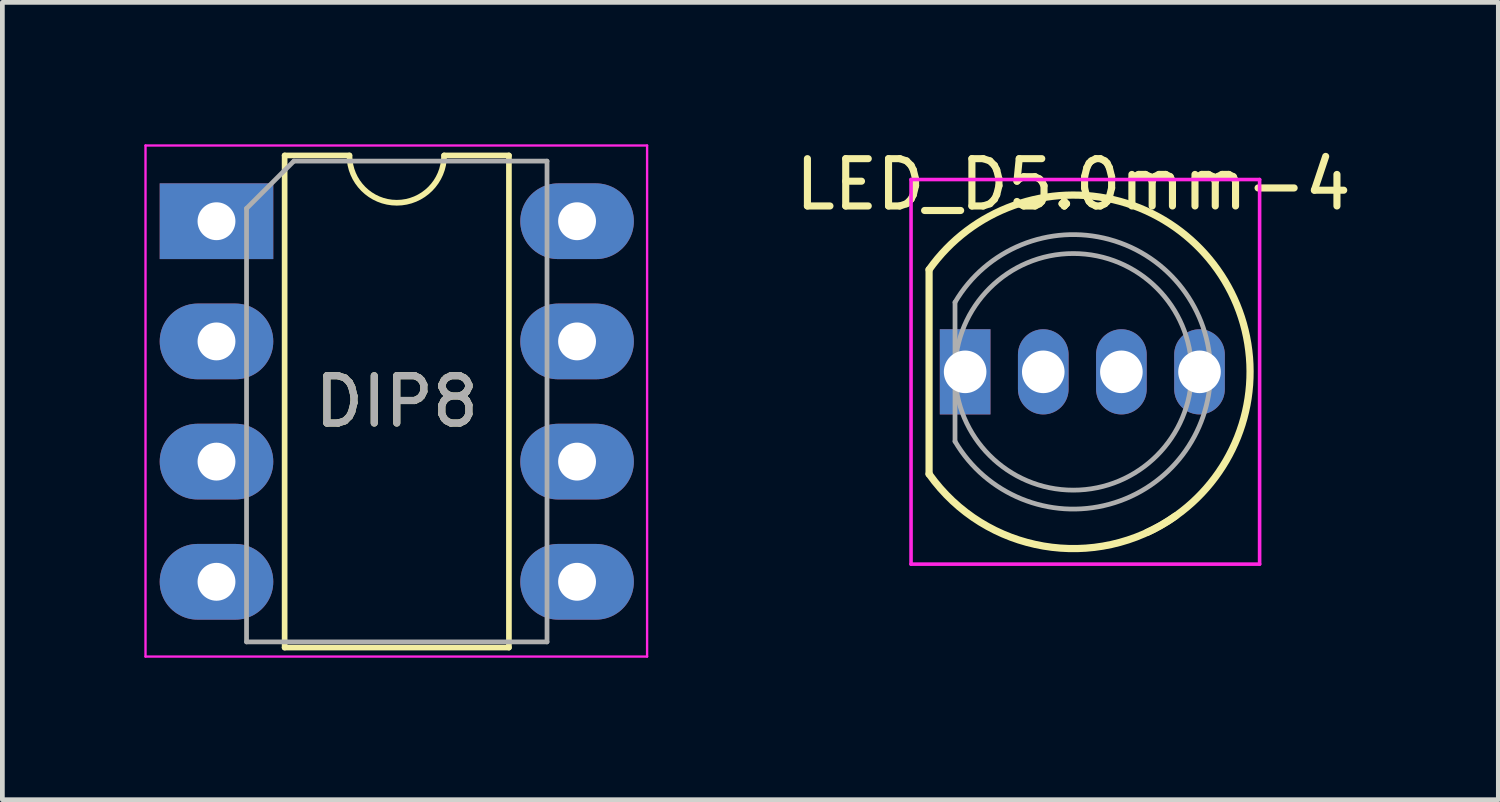
<source format=kicad_pcb>
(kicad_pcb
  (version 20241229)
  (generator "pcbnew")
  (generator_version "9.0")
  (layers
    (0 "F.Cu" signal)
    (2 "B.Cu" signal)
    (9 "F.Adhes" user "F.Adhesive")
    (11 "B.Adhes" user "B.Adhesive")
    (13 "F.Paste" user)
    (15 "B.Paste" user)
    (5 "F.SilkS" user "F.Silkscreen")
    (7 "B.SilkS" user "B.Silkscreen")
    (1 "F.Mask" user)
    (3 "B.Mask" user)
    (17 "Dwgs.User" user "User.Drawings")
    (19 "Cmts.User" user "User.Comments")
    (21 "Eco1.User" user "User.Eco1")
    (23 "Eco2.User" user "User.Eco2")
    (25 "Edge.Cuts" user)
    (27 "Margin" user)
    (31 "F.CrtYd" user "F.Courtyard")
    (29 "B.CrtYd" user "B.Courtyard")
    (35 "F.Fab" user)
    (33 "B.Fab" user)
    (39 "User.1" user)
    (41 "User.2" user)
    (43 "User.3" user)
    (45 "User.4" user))
  (footprint "LED_D5.0mm-4"
    (layer "F.Cu")
    (at 19.632 4.808)
    (property "Reference" "LED_D5.0mm-4" (at 0 -3.96 0) (layer "F.SilkS") (effects (font (size 1 1) (thickness 0.15))))
    (attr through_hole)
    (fp_line (start -3.048 2.159) (end -3.048 -2.159) (stroke (width 0.152) (type solid)) (layer "F.SilkS"))
    (fp_arc (start -3.048 -2.159) (mid 2.874314 -2.385351) (end 1.560145 3.393749) (stroke (width 0.1524) (type solid)) (layer "F.SilkS"))
    (fp_arc (start 2.159 3.048) (mid -0.628618 3.681905) (end -3.048 2.159) (stroke (width 0.1524) (type solid)) (layer "F.SilkS"))
    (fp_line (start -3.429 -4.064) (end -3.429 4.064) (stroke (width 0.076) (type solid)) (layer "F.CrtYd"))
    (fp_line (start -3.429 4.064) (end 3.937 4.064) (stroke (width 0.076) (type solid)) (layer "F.CrtYd"))
    (fp_line (start 3.937 -4.064) (end -3.429 -4.064) (stroke (width 0.076) (type solid)) (layer "F.CrtYd"))
    (fp_line (start 3.937 4.064) (end 3.937 -4.064) (stroke (width 0.076) (type solid)) (layer "F.CrtYd"))
    (fp_line (start -2.5 -1.47) (end -2.5 1.47) (stroke (width 0.1) (type solid)) (layer "F.Fab"))
    (fp_arc (start -2.5 -1.469694) (mid 2.9 0.000016) (end -2.500016 1.469666) (stroke (width 0.1) (type solid)) (layer "F.Fab"))
    (fp_circle (center 0 0) (end 2.5 0) (stroke (width 0.1) (type solid)) (fill no) (layer "F.Fab"))
    (pad "1" thru_hole rect (at -2.286 0) (size 1.07 1.8) (drill 0.9) (layers "*.Cu" "*.Mask"))
    (pad "2" thru_hole oval (at -0.635 0) (size 1.07 1.8) (drill 0.9) (layers "*.Cu" "*.Mask"))
    (pad "3" thru_hole oval (at 1.016 0) (size 1.07 1.8) (drill 0.9) (layers "*.Cu" "*.Mask"))
    (pad "4" thru_hole oval (at 2.667 0) (size 1.07 1.8) (drill 0.9) (layers "*.Cu" "*.Mask")))
  (footprint "DIP8"
    (layer "F.Cu")
    (at 5.335 5.435)
    (property "Reference" "DIP8" (at 0 0 0) (layer "F.SilkS") (effects (font (size 1 1) (thickness 0.15))))
    (attr through_hole)
    (fp_line (start -2.37 -5.2) (end -2.37 5.2) (stroke (width 0.12) (type solid)) (layer "F.SilkS"))
    (fp_line (start -2.37 5.2) (end 2.37 5.2) (stroke (width 0.12) (type solid)) (layer "F.SilkS"))
    (fp_line (start -1 -5.2) (end -2.37 -5.2) (stroke (width 0.12) (type solid)) (layer "F.SilkS"))
    (fp_line (start 2.37 -5.2) (end 1 -5.2) (stroke (width 0.12) (type solid)) (layer "F.SilkS"))
    (fp_line (start 2.37 5.2) (end 2.37 -5.2) (stroke (width 0.12) (type solid)) (layer "F.SilkS"))
    (fp_arc (start 1 -5.2) (mid 0 -4.2) (end -1 -5.2) (stroke (width 0.12) (type solid)) (layer "F.SilkS"))
    (fp_line (start -5.31 -5.41) (end -5.31 5.39) (stroke (width 0.05) (type solid)) (layer "F.CrtYd"))
    (fp_line (start -5.31 5.39) (end 5.29 5.39) (stroke (width 0.05) (type solid)) (layer "F.CrtYd"))
    (fp_line (start 5.29 -5.41) (end -5.31 -5.41) (stroke (width 0.05) (type solid)) (layer "F.CrtYd"))
    (fp_line (start 5.29 5.39) (end 5.29 -5.41) (stroke (width 0.05) (type solid)) (layer "F.CrtYd"))
    (fp_line (start -3.175 -4.08) (end -2.175 -5.08) (stroke (width 0.1) (type solid)) (layer "F.Fab"))
    (fp_line (start -3.175 5.08) (end -3.175 -4.08) (stroke (width 0.1) (type solid)) (layer "F.Fab"))
    (fp_line (start -2.175 -5.08) (end 3.175 -5.08) (stroke (width 0.1) (type solid)) (layer "F.Fab"))
    (fp_line (start 3.175 -5.08) (end 3.175 5.08) (stroke (width 0.1) (type solid)) (layer "F.Fab"))
    (fp_line (start 3.175 5.08) (end -3.175 5.08) (stroke (width 0.1) (type solid)) (layer "F.Fab"))
    (fp_text user "${REFERENCE}" (at 0 0 0) (layer "F.Fab") (effects (font (size 1 1) (thickness 0.15))))
    (pad "1" thru_hole rect (at -3.81 -3.81) (size 2.4 1.6) (drill 0.8) (layers "*.Cu" "*.Mask"))
    (pad "2" thru_hole oval (at -3.81 -1.27) (size 2.4 1.6) (drill 0.8) (layers "*.Cu" "*.Mask"))
    (pad "3" thru_hole oval (at -3.81 1.27) (size 2.4 1.6) (drill 0.8) (layers "*.Cu" "*.Mask"))
    (pad "4" thru_hole oval (at -3.81 3.81) (size 2.4 1.6) (drill 0.8) (layers "*.Cu" "*.Mask"))
    (pad "5" thru_hole oval (at 3.81 3.81) (size 2.4 1.6) (drill 0.8) (layers "*.Cu" "*.Mask"))
    (pad "6" thru_hole oval (at 3.81 1.27) (size 2.4 1.6) (drill 0.8) (layers "*.Cu" "*.Mask"))
    (pad "7" thru_hole oval (at 3.81 -1.27) (size 2.4 1.6) (drill 0.8) (layers "*.Cu" "*.Mask"))
    (pad "8" thru_hole oval (at 3.81 -3.81) (size 2.4 1.6) (drill 0.8) (layers "*.Cu" "*.Mask")))
  (gr_rect
    (start -3 -3)
    (end 28.614 13.85)
    (stroke (width 0.1) (type default))
    (fill no)
    (layer "Edge.Cuts")))
</source>
